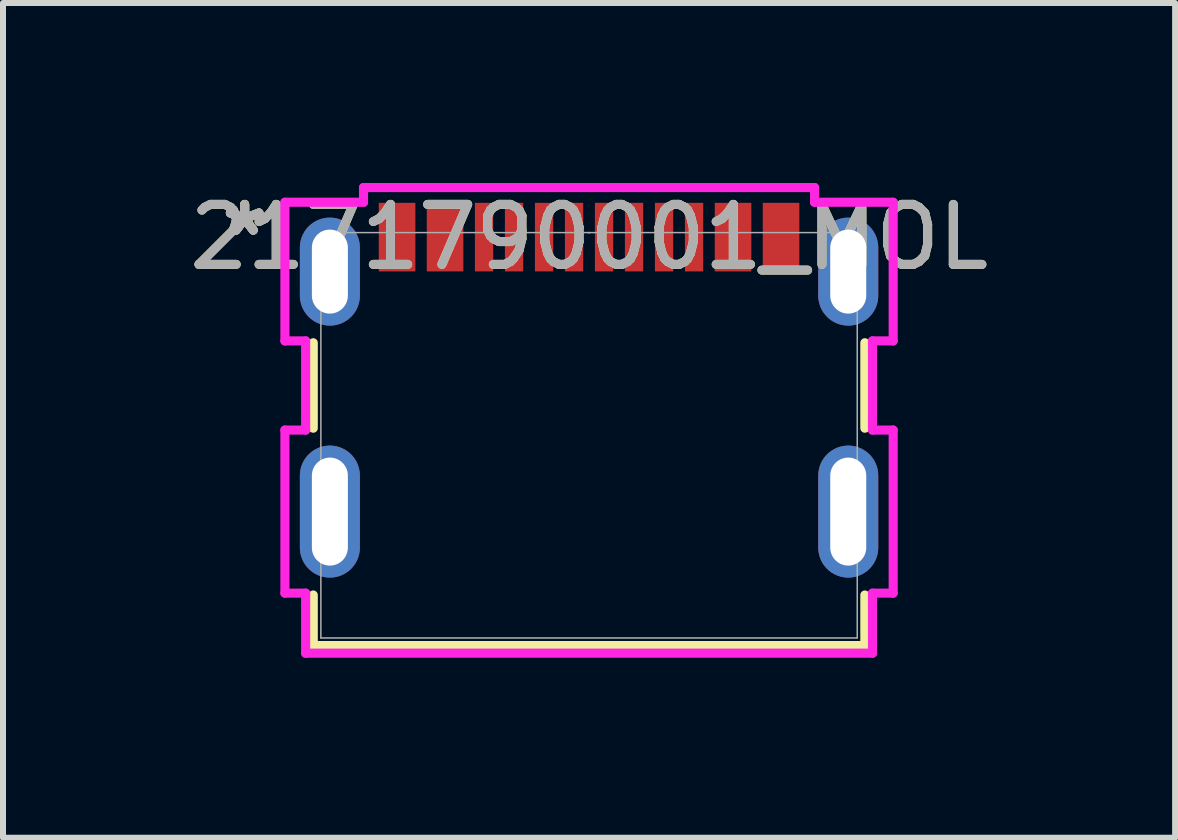
<source format=kicad_pcb>
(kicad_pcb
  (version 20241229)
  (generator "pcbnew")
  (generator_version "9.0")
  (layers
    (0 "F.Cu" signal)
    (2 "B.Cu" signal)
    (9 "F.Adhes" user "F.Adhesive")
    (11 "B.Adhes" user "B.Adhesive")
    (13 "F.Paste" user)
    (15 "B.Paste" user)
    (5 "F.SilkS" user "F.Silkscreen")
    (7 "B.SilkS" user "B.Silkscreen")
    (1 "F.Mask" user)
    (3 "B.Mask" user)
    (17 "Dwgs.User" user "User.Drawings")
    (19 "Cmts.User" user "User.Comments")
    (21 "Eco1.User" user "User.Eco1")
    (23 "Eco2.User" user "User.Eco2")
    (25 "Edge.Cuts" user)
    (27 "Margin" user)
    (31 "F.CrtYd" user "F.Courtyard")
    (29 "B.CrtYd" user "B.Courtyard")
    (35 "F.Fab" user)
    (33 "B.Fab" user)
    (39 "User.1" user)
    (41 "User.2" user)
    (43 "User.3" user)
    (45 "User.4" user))
  (footprint "2171790001_MOL"
    (layer "F.Cu")
    (at 6.768 4.205)
    (property "Reference" "2171790001_MOL" (at 0 -3.303 0) (unlocked yes) (layer "F.SilkS") (effects (font (size 1 1) (thickness 0.15))))
    (attr smd)
    (fp_line (start -4.597 -1.542) (end -4.597 -0.118) (stroke (width 0.152) (type solid)) (layer "F.SilkS"))
    (fp_line (start -4.597 2.662) (end -4.597 3.505) (stroke (width 0.152) (type solid)) (layer "F.SilkS"))
    (fp_line (start -4.597 3.505) (end 4.597 3.505) (stroke (width 0.152) (type solid)) (layer "F.SilkS"))
    (fp_line (start 4.597 -0.118) (end 4.597 -1.542) (stroke (width 0.152) (type solid)) (layer "F.SilkS"))
    (fp_line (start 4.597 3.505) (end 4.597 2.662) (stroke (width 0.152) (type solid)) (layer "F.SilkS"))
    (fp_line (start -5.069 -3.884) (end -5.069 -1.573) (stroke (width 0.152) (type solid)) (layer "F.CrtYd"))
    (fp_line (start -5.069 -1.573) (end -4.724 -1.573) (stroke (width 0.152) (type solid)) (layer "F.CrtYd"))
    (fp_line (start -5.069 -0.087) (end -5.069 2.631) (stroke (width 0.152) (type solid)) (layer "F.CrtYd"))
    (fp_line (start -5.069 2.631) (end -4.724 2.631) (stroke (width 0.152) (type solid)) (layer "F.CrtYd"))
    (fp_line (start -4.724 -1.573) (end -4.724 -0.087) (stroke (width 0.152) (type solid)) (layer "F.CrtYd"))
    (fp_line (start -4.724 -0.087) (end -5.069 -0.087) (stroke (width 0.152) (type solid)) (layer "F.CrtYd"))
    (fp_line (start -4.724 2.631) (end -4.724 3.632) (stroke (width 0.152) (type solid)) (layer "F.CrtYd"))
    (fp_line (start -4.724 3.632) (end 4.724 3.632) (stroke (width 0.152) (type solid)) (layer "F.CrtYd"))
    (fp_line (start -3.759 -4.129) (end -3.759 -3.884) (stroke (width 0.152) (type solid)) (layer "F.CrtYd"))
    (fp_line (start -3.759 -3.884) (end -5.069 -3.884) (stroke (width 0.152) (type solid)) (layer "F.CrtYd"))
    (fp_line (start 3.759 -4.129) (end -3.759 -4.129) (stroke (width 0.152) (type solid)) (layer "F.CrtYd"))
    (fp_line (start 3.759 -3.884) (end 3.759 -4.129) (stroke (width 0.152) (type solid)) (layer "F.CrtYd"))
    (fp_line (start 4.724 -1.573) (end 5.069 -1.573) (stroke (width 0.152) (type solid)) (layer "F.CrtYd"))
    (fp_line (start 4.724 -0.087) (end 4.724 -1.573) (stroke (width 0.152) (type solid)) (layer "F.CrtYd"))
    (fp_line (start 4.724 2.631) (end 5.069 2.631) (stroke (width 0.152) (type solid)) (layer "F.CrtYd"))
    (fp_line (start 4.724 3.632) (end 4.724 2.631) (stroke (width 0.152) (type solid)) (layer "F.CrtYd"))
    (fp_line (start 5.069 -3.884) (end 3.759 -3.884) (stroke (width 0.152) (type solid)) (layer "F.CrtYd"))
    (fp_line (start 5.069 -1.573) (end 5.069 -3.884) (stroke (width 0.152) (type solid)) (layer "F.CrtYd"))
    (fp_line (start 5.069 -0.087) (end 4.724 -0.087) (stroke (width 0.152) (type solid)) (layer "F.CrtYd"))
    (fp_line (start 5.069 2.631) (end 5.069 -0.087) (stroke (width 0.152) (type solid)) (layer "F.CrtYd"))
    (fp_line (start -4.47 -3.378) (end -4.47 3.378) (stroke (width 0.025) (type solid)) (layer "F.Fab"))
    (fp_line (start -4.47 3.378) (end 4.47 3.378) (stroke (width 0.025) (type solid)) (layer "F.Fab"))
    (fp_line (start 0 -3.378) (end 0 -3.378) (stroke (width 0.025) (type solid)) (layer "F.Fab"))
    (fp_line (start 0 -3.378) (end 0 -3.378) (stroke (width 0.025) (type solid)) (layer "F.Fab"))
    (fp_line (start 0 -3.378) (end 0 -3.378) (stroke (width 0.025) (type solid)) (layer "F.Fab"))
    (fp_line (start 0 -3.378) (end 0 -3.378) (stroke (width 0.025) (type solid)) (layer "F.Fab"))
    (fp_line (start 4.47 -3.378) (end -4.47 -3.378) (stroke (width 0.025) (type solid)) (layer "F.Fab"))
    (fp_line (start 4.47 3.378) (end 4.47 -3.378) (stroke (width 0.025) (type solid)) (layer "F.Fab"))
    (fp_text user "*" (at -5.74 -3.303 0) (layer "F.SilkS") (effects (font (size 1 1) (thickness 0.15))))
    (fp_text user "*" (at -5.74 -3.303 0) (unlocked yes) (layer "F.SilkS") (effects (font (size 1 1) (thickness 0.15))))
    (fp_text user "*" (at -5.74 -3.303 0) (layer "F.Fab") (effects (font (size 1 1) (thickness 0.15))))
    (fp_text user "${REFERENCE}" (at 0 -3.303 0) (unlocked yes) (layer "F.Fab") (effects (font (size 1 1) (thickness 0.15))))
    (fp_text user "*" (at -5.74 -3.303 0) (unlocked yes) (layer "F.Fab") (effects (font (size 1 1) (thickness 0.15))))
    (pad "13" thru_hole oval (at -4.32 1.272) (size 1 2.2) (drill oval 0.6 1.8) (layers "*.Cu" "*.Mask"))
    (pad "14" thru_hole oval (at 4.32 1.272) (size 1 2.2) (drill oval 0.6 1.8) (layers "*.Cu" "*.Mask"))
    (pad "15" thru_hole oval (at -4.32 -2.728) (size 1 1.8) (drill oval 0.6 1.4) (layers "*.Cu" "*.Mask"))
    (pad "16" thru_hole oval (at 4.32 -2.728) (size 1 1.8) (drill oval 0.6 1.4) (layers "*.Cu" "*.Mask"))
    (pad "A1/B12" smd rect (at -3.2 -3.303) (size 0.61 1.143) (layers "F.Cu" "F.Mask" "F.Paste"))
    (pad "A4/B9" smd rect (at -2.4 -3.303) (size 0.61 1.143) (layers "F.Cu" "F.Mask" "F.Paste"))
    (pad "A5" smd rect (at -1.25 -3.303) (size 0.305 1.143) (layers "F.Cu" "F.Mask" "F.Paste"))
    (pad "A6" smd rect (at -0.25 -3.303) (size 0.305 1.143) (layers "F.Cu" "F.Mask" "F.Paste"))
    (pad "A7" smd rect (at 0.25 -3.303) (size 0.305 1.143) (layers "F.Cu" "F.Mask" "F.Paste"))
    (pad "A8" smd rect (at 1.25 -3.303) (size 0.305 1.143) (layers "F.Cu" "F.Mask" "F.Paste"))
    (pad "B1/A12" smd rect (at 3.2 -3.303) (size 0.61 1.143) (layers "F.Cu" "F.Mask" "F.Paste"))
    (pad "B4/A9" smd rect (at 2.4 -3.303) (size 0.61 1.143) (layers "F.Cu" "F.Mask" "F.Paste"))
    (pad "B5" smd rect (at 1.75 -3.303) (size 0.305 1.143) (layers "F.Cu" "F.Mask" "F.Paste"))
    (pad "B6" smd rect (at 0.75 -3.303) (size 0.305 1.143) (layers "F.Cu" "F.Mask" "F.Paste"))
    (pad "B7" smd rect (at -0.75 -3.303) (size 0.305 1.143) (layers "F.Cu" "F.Mask" "F.Paste"))
    (pad "B8" smd rect (at -1.75 -3.303) (size 0.305 1.143) (layers "F.Cu" "F.Mask" "F.Paste")))
  (gr_rect
    (start -3 -3)
    (end 16.536 10.913)
    (stroke (width 0.1) (type default))
    (fill no)
    (layer "Edge.Cuts")))
</source>
